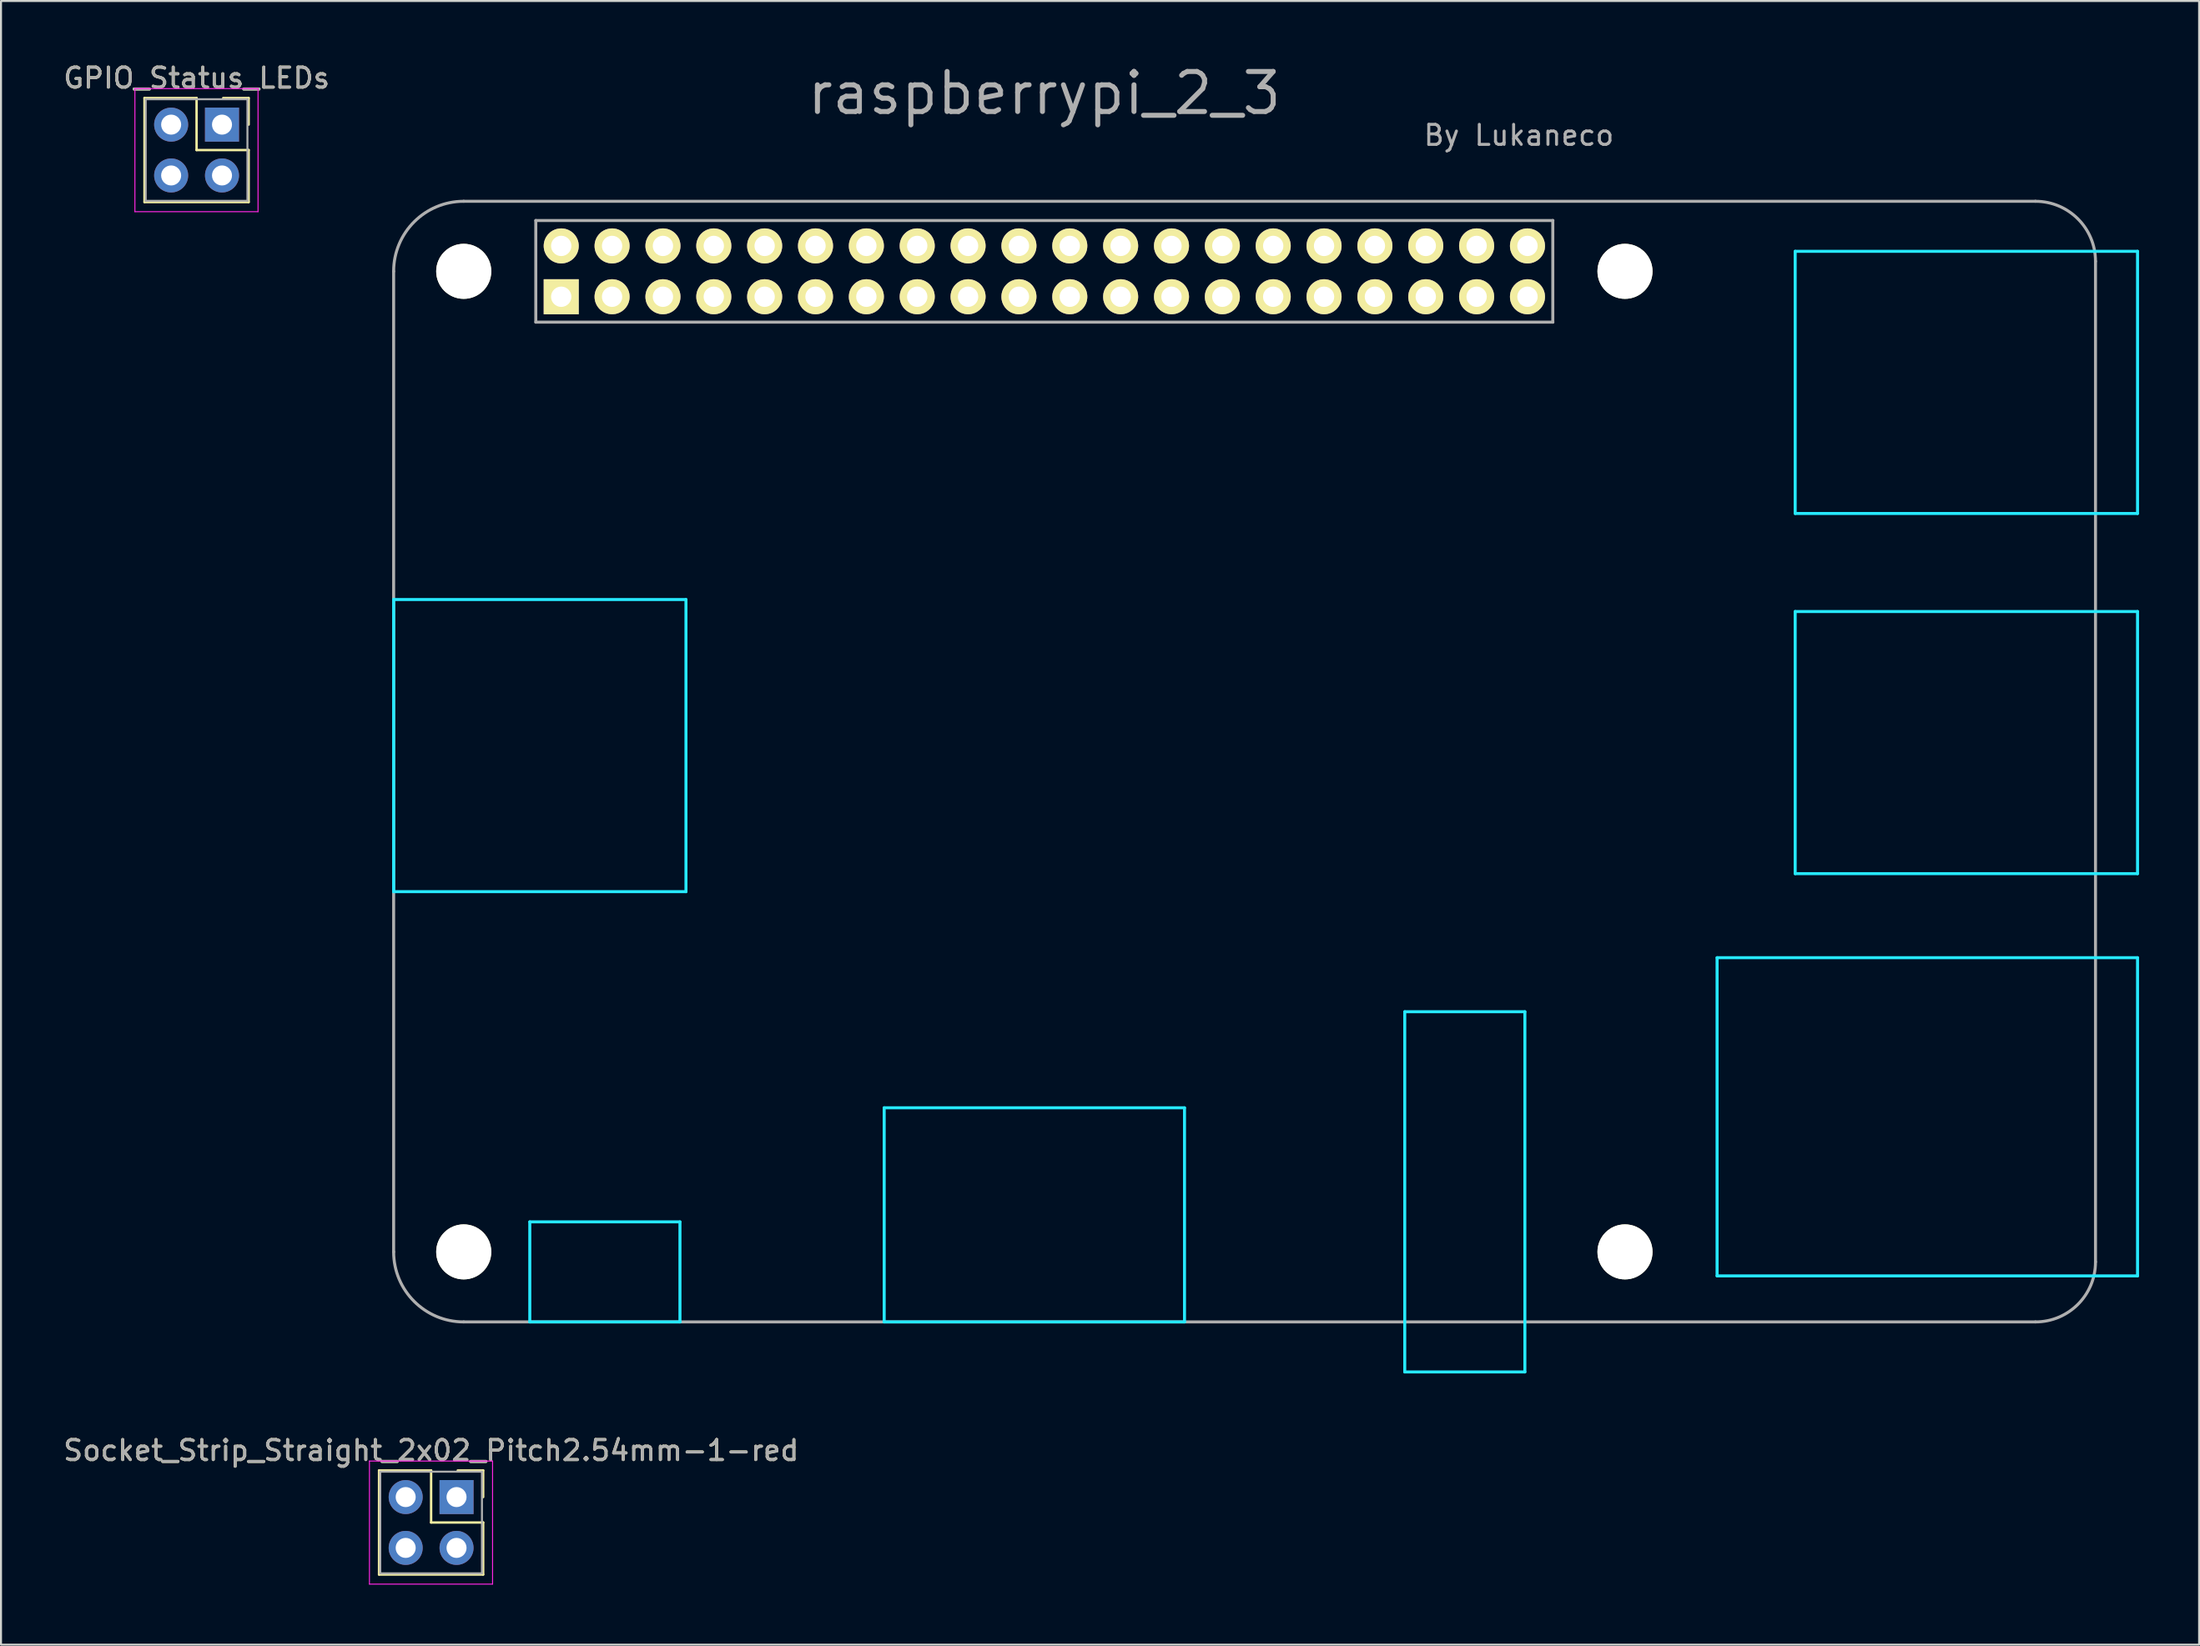
<source format=kicad_pcb>
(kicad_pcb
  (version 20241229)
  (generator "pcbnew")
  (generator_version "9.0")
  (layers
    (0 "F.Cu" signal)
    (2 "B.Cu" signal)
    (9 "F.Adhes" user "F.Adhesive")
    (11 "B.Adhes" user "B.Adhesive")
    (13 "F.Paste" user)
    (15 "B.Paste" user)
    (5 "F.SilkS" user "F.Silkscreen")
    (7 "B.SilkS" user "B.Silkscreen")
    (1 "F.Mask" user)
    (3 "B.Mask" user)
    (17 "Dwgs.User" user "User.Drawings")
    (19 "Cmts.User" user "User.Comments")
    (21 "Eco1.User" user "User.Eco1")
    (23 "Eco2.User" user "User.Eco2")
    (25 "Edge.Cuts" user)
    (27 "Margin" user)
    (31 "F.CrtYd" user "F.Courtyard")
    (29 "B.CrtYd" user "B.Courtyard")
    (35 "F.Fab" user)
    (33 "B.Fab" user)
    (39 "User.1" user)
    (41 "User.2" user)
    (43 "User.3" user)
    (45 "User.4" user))
  (footprint "raspberrypi_2_3"
    (layer "F.Cu")
    (at 49.111 10.509)
    (property "Reference" "raspberrypi_2_3" (at 0 -8.9 0) (layer "F.Fab") (effects (font (size 2 2) (thickness 0.25))))
    (attr through_hole)
    (fp_line (start -32.5 16.4) (end -32.5 31) (stroke (width 0.15) (type solid)) (layer "B.CrtYd"))
    (fp_line (start -25.7 52.5) (end -25.7 47.5) (stroke (width 0.15) (type solid)) (layer "B.CrtYd"))
    (fp_line (start -18.2 47.5) (end -25.7 47.5) (stroke (width 0.15) (type solid)) (layer "B.CrtYd"))
    (fp_line (start -18.2 52.5) (end -25.7 52.5) (stroke (width 0.15) (type solid)) (layer "B.CrtYd"))
    (fp_line (start -18.2 52.5) (end -18.2 47.5) (stroke (width 0.15) (type solid)) (layer "B.CrtYd"))
    (fp_line (start -17.9 16.4) (end -32.5 16.4) (stroke (width 0.15) (type solid)) (layer "B.CrtYd"))
    (fp_line (start -17.9 16.4) (end -17.9 31) (stroke (width 0.15) (type solid)) (layer "B.CrtYd"))
    (fp_line (start -17.9 31) (end -32.5 31) (stroke (width 0.15) (type solid)) (layer "B.CrtYd"))
    (fp_line (start -8 41.8) (end -8 52.5) (stroke (width 0.15) (type solid)) (layer "B.CrtYd"))
    (fp_line (start -8 41.8) (end 7 41.8) (stroke (width 0.15) (type solid)) (layer "B.CrtYd"))
    (fp_line (start 7 52.5) (end -8 52.5) (stroke (width 0.15) (type solid)) (layer "B.CrtYd"))
    (fp_line (start 7 52.5) (end 7 41.8) (stroke (width 0.15) (type solid)) (layer "B.CrtYd"))
    (fp_line (start 18 37) (end 18 55) (stroke (width 0.15) (type solid)) (layer "B.CrtYd"))
    (fp_line (start 18 55) (end 24 55) (stroke (width 0.15) (type solid)) (layer "B.CrtYd"))
    (fp_line (start 24 37) (end 18 37) (stroke (width 0.15) (type solid)) (layer "B.CrtYd"))
    (fp_line (start 24 55) (end 24 37) (stroke (width 0.15) (type solid)) (layer "B.CrtYd"))
    (fp_line (start 33.6 34.3) (end 54.6 34.3) (stroke (width 0.15) (type solid)) (layer "B.CrtYd"))
    (fp_line (start 33.6 50.2) (end 33.6 34.3) (stroke (width 0.15) (type solid)) (layer "B.CrtYd"))
    (fp_line (start 37.5 -1) (end 37.5 12.1) (stroke (width 0.15) (type solid)) (layer "B.CrtYd"))
    (fp_line (start 37.5 -1) (end 54.6 -1) (stroke (width 0.15) (type solid)) (layer "B.CrtYd"))
    (fp_line (start 37.5 17) (end 54.6 17) (stroke (width 0.15) (type solid)) (layer "B.CrtYd"))
    (fp_line (start 37.5 30.1) (end 37.5 17) (stroke (width 0.15) (type solid)) (layer "B.CrtYd"))
    (fp_line (start 54.6 12.1) (end 37.5 12.1) (stroke (width 0.15) (type solid)) (layer "B.CrtYd"))
    (fp_line (start 54.6 12.1) (end 54.6 -1) (stroke (width 0.15) (type solid)) (layer "B.CrtYd"))
    (fp_line (start 54.6 30.1) (end 37.5 30.1) (stroke (width 0.15) (type solid)) (layer "B.CrtYd"))
    (fp_line (start 54.6 30.1) (end 54.6 17) (stroke (width 0.15) (type solid)) (layer "B.CrtYd"))
    (fp_line (start 54.6 50.2) (end 33.6 50.2) (stroke (width 0.15) (type solid)) (layer "B.CrtYd"))
    (fp_line (start 54.6 50.2) (end 54.6 34.3) (stroke (width 0.15) (type solid)) (layer "B.CrtYd"))
    (fp_line (start -32.5 49) (end -32.5 0) (stroke (width 0.15) (type solid)) (layer "F.Fab"))
    (fp_line (start -29 52.5) (end 49.5 52.5) (stroke (width 0.15) (type solid)) (layer "F.Fab"))
    (fp_line (start -25.4 -2.54) (end -25.4 2.54) (stroke (width 0.15) (type solid)) (layer "F.Fab"))
    (fp_line (start -25.4 -2.54) (end 25.4 -2.54) (stroke (width 0.15) (type solid)) (layer "F.Fab"))
    (fp_line (start 25.395 2.54) (end 25.395 -2.54) (stroke (width 0.15) (type solid)) (layer "F.Fab"))
    (fp_line (start 25.4 2.54) (end -25.4 2.54) (stroke (width 0.15) (type solid)) (layer "F.Fab"))
    (fp_line (start 49.5 -3.5) (end -29 -3.5) (stroke (width 0.15) (type solid)) (layer "F.Fab"))
    (fp_line (start 52.5 49.5) (end 52.5 -0.5) (stroke (width 0.15) (type solid)) (layer "F.Fab"))
    (fp_arc (start -32.5 0) (mid -31.474874 -2.474874) (end -29 -3.5) (stroke (width 0.15) (type solid)) (layer "F.Fab"))
    (fp_arc (start -29 52.5) (mid -31.474874 51.474874) (end -32.5 49) (stroke (width 0.15) (type solid)) (layer "F.Fab"))
    (fp_arc (start 49.5 -3.5) (mid 51.62132 -2.62132) (end 52.5 -0.5) (stroke (width 0.15) (type solid)) (layer "F.Fab"))
    (fp_arc (start 52.5 49.5) (mid 51.62132 51.62132) (end 49.5 52.5) (stroke (width 0.15) (type solid)) (layer "F.Fab"))
    (fp_text user "By Lukaneco" (at 23.7 -6.8 0) (layer "F.Fab") (effects (font (size 1 1) (thickness 0.15))))
    (pad "" np_thru_hole circle (at -29 0) (size 2.75 2.75) (drill 2.75) (layers "*.Cu" "*.Mask" "F.SilkS"))
    (pad "" np_thru_hole circle (at -29 49) (size 2.75 2.75) (drill 2.75) (layers "*.Cu" "*.Mask" "F.SilkS"))
    (pad "" np_thru_hole circle (at 29 0) (size 2.75 2.75) (drill 2.75) (layers "*.Cu" "*.Mask" "F.SilkS"))
    (pad "" np_thru_hole circle (at 29 49) (size 2.75 2.75) (drill 2.75) (layers "*.Cu" "*.Mask" "F.SilkS"))
    (pad "1" thru_hole rect (at -24.13 1.27) (size 1.75 1.75) (drill 1.016) (layers "*.Cu" "*.Mask" "F.SilkS"))
    (pad "2" thru_hole circle (at -24.13 -1.27) (size 1.75 1.75) (drill 1.016) (layers "*.Cu" "*.Mask" "F.SilkS"))
    (pad "3" thru_hole circle (at -21.59 1.27) (size 1.75 1.75) (drill 1.016) (layers "*.Cu" "*.Mask" "F.SilkS"))
    (pad "4" thru_hole circle (at -21.59 -1.27) (size 1.75 1.75) (drill 1.016) (layers "*.Cu" "*.Mask" "F.SilkS"))
    (pad "5" thru_hole circle (at -19.05 1.27) (size 1.75 1.75) (drill 1.016) (layers "*.Cu" "*.Mask" "F.SilkS"))
    (pad "6" thru_hole circle (at -19.05 -1.27) (size 1.75 1.75) (drill 1.016) (layers "*.Cu" "*.Mask" "F.SilkS"))
    (pad "7" thru_hole circle (at -16.51 1.27) (size 1.75 1.75) (drill 1.016) (layers "*.Cu" "*.Mask" "F.SilkS"))
    (pad "8" thru_hole circle (at -16.51 -1.27) (size 1.75 1.75) (drill 1.016) (layers "*.Cu" "*.Mask" "F.SilkS"))
    (pad "9" thru_hole circle (at -13.97 1.27) (size 1.75 1.75) (drill 1.016) (layers "*.Cu" "*.Mask" "F.SilkS"))
    (pad "10" thru_hole circle (at -13.97 -1.27) (size 1.75 1.75) (drill 1.016) (layers "*.Cu" "*.Mask" "F.SilkS"))
    (pad "11" thru_hole circle (at -11.43 1.27) (size 1.75 1.75) (drill 1.016) (layers "*.Cu" "*.Mask" "F.SilkS"))
    (pad "12" thru_hole circle (at -11.43 -1.27) (size 1.75 1.75) (drill 1.016) (layers "*.Cu" "*.Mask" "F.SilkS"))
    (pad "13" thru_hole circle (at -8.89 1.27) (size 1.75 1.75) (drill 1.016) (layers "*.Cu" "*.Mask" "F.SilkS"))
    (pad "14" thru_hole circle (at -8.89 -1.27) (size 1.75 1.75) (drill 1.016) (layers "*.Cu" "*.Mask" "F.SilkS"))
    (pad "15" thru_hole circle (at -6.35 1.27) (size 1.75 1.75) (drill 1.016) (layers "*.Cu" "*.Mask" "F.SilkS"))
    (pad "16" thru_hole circle (at -6.35 -1.27) (size 1.75 1.75) (drill 1.016) (layers "*.Cu" "*.Mask" "F.SilkS"))
    (pad "17" thru_hole circle (at -3.81 1.27) (size 1.75 1.75) (drill 1.016) (layers "*.Cu" "*.Mask" "F.SilkS"))
    (pad "18" thru_hole circle (at -3.81 -1.27) (size 1.75 1.75) (drill 1.016) (layers "*.Cu" "*.Mask" "F.SilkS"))
    (pad "19" thru_hole circle (at -1.27 1.27) (size 1.75 1.75) (drill 1.016) (layers "*.Cu" "*.Mask" "F.SilkS"))
    (pad "20" thru_hole circle (at -1.27 -1.27) (size 1.75 1.75) (drill 1.016) (layers "*.Cu" "*.Mask" "F.SilkS"))
    (pad "21" thru_hole circle (at 1.27 1.27) (size 1.75 1.75) (drill 1.016) (layers "*.Cu" "*.Mask" "F.SilkS"))
    (pad "22" thru_hole circle (at 1.27 -1.27) (size 1.75 1.75) (drill 1.016) (layers "*.Cu" "*.Mask" "F.SilkS"))
    (pad "23" thru_hole circle (at 3.81 1.27) (size 1.75 1.75) (drill 1.016) (layers "*.Cu" "*.Mask" "F.SilkS"))
    (pad "24" thru_hole circle (at 3.81 -1.27) (size 1.75 1.75) (drill 1.016) (layers "*.Cu" "*.Mask" "F.SilkS"))
    (pad "25" thru_hole circle (at 6.35 1.27) (size 1.75 1.75) (drill 1.016) (layers "*.Cu" "*.Mask" "F.SilkS"))
    (pad "26" thru_hole circle (at 6.35 -1.27) (size 1.75 1.75) (drill 1.016) (layers "*.Cu" "*.Mask" "F.SilkS"))
    (pad "27" thru_hole circle (at 8.89 1.27) (size 1.75 1.75) (drill 1.016) (layers "*.Cu" "*.Mask" "F.SilkS"))
    (pad "28" thru_hole circle (at 8.89 -1.27) (size 1.75 1.75) (drill 1.016) (layers "*.Cu" "*.Mask" "F.SilkS"))
    (pad "29" thru_hole circle (at 11.43 1.27) (size 1.75 1.75) (drill 1.016) (layers "*.Cu" "*.Mask" "F.SilkS"))
    (pad "30" thru_hole circle (at 11.43 -1.27) (size 1.75 1.75) (drill 1.016) (layers "*.Cu" "*.Mask" "F.SilkS"))
    (pad "31" thru_hole circle (at 13.97 1.27) (size 1.75 1.75) (drill 1.016) (layers "*.Cu" "*.Mask" "F.SilkS"))
    (pad "32" thru_hole circle (at 13.97 -1.27) (size 1.75 1.75) (drill 1.016) (layers "*.Cu" "*.Mask" "F.SilkS"))
    (pad "33" thru_hole circle (at 16.51 1.27) (size 1.75 1.75) (drill 1.016) (layers "*.Cu" "*.Mask" "F.SilkS"))
    (pad "34" thru_hole circle (at 16.51 -1.27) (size 1.75 1.75) (drill 1.016) (layers "*.Cu" "*.Mask" "F.SilkS"))
    (pad "35" thru_hole circle (at 19.05 1.27) (size 1.75 1.75) (drill 1.016) (layers "*.Cu" "*.Mask" "F.SilkS"))
    (pad "36" thru_hole circle (at 19.05 -1.27) (size 1.75 1.75) (drill 1.016) (layers "*.Cu" "*.Mask" "F.SilkS"))
    (pad "37" thru_hole circle (at 21.59 1.27) (size 1.75 1.75) (drill 1.016) (layers "*.Cu" "*.Mask" "F.SilkS"))
    (pad "38" thru_hole circle (at 21.59 -1.27) (size 1.75 1.75) (drill 1.016) (layers "*.Cu" "*.Mask" "F.SilkS"))
    (pad "39" thru_hole circle (at 24.13 1.27) (size 1.75 1.75) (drill 1.016) (layers "*.Cu" "*.Mask" "F.SilkS"))
    (pad "40" thru_hole circle (at 24.13 -1.27) (size 1.75 1.75) (drill 1.016) (layers "*.Cu" "*.Mask" "F.SilkS")))
  (footprint "Socket_Strip_Straight_2x02_Pitch2.54mm-1-red"
    (layer "F.Cu")
    (at 19.752 71.762)
    (property "Reference" "Socket_Strip_Straight_2x02_Pitch2.54mm-1-red" (at -1.27 -2.33 0) (layer "F.SilkS") (effects (font (size 1 1) (thickness 0.15))))
    (attr through_hole)
    (fp_line (start -3.87 -1.33) (end -1.27 -1.33) (stroke (width 0.12) (type solid)) (layer "F.SilkS"))
    (fp_line (start -3.87 3.87) (end -3.87 -1.33) (stroke (width 0.12) (type solid)) (layer "F.SilkS"))
    (fp_line (start -1.27 -1.33) (end -1.27 1.27) (stroke (width 0.12) (type solid)) (layer "F.SilkS"))
    (fp_line (start -1.27 1.27) (end 1.33 1.27) (stroke (width 0.12) (type solid)) (layer "F.SilkS"))
    (fp_line (start 1.33 -1.33) (end 0.06 -1.33) (stroke (width 0.12) (type solid)) (layer "F.SilkS"))
    (fp_line (start 1.33 0) (end 1.33 -1.33) (stroke (width 0.12) (type solid)) (layer "F.SilkS"))
    (fp_line (start 1.33 1.27) (end 1.33 3.87) (stroke (width 0.12) (type solid)) (layer "F.SilkS"))
    (fp_line (start 1.33 3.87) (end -3.87 3.87) (stroke (width 0.12) (type solid)) (layer "F.SilkS"))
    (fp_line (start -4.35 -1.8) (end -4.35 4.35) (stroke (width 0.05) (type solid)) (layer "F.CrtYd"))
    (fp_line (start -4.35 4.35) (end 1.8 4.35) (stroke (width 0.05) (type solid)) (layer "F.CrtYd"))
    (fp_line (start 1.8 -1.8) (end -4.35 -1.8) (stroke (width 0.05) (type solid)) (layer "F.CrtYd"))
    (fp_line (start 1.8 4.35) (end 1.8 -1.8) (stroke (width 0.05) (type solid)) (layer "F.CrtYd"))
    (fp_line (start -3.81 -1.27) (end -3.81 3.81) (stroke (width 0.1) (type solid)) (layer "F.Fab"))
    (fp_line (start -3.81 3.81) (end 1.27 3.81) (stroke (width 0.1) (type solid)) (layer "F.Fab"))
    (fp_line (start 1.27 -1.27) (end -3.81 -1.27) (stroke (width 0.1) (type solid)) (layer "F.Fab"))
    (fp_line (start 1.27 3.81) (end 1.27 -1.27) (stroke (width 0.1) (type solid)) (layer "F.Fab"))
    (fp_text user "${REFERENCE}" (at -1.27 -2.33 0) (layer "F.Fab") (effects (font (size 1 1) (thickness 0.15))))
    (pad "1" thru_hole rect (at 0 0) (size 1.7 1.7) (drill 1) (layers "*.Cu" "*.Mask"))
    (pad "2" thru_hole oval (at -2.54 0) (size 1.7 1.7) (drill 1) (layers "*.Cu" "*.Mask"))
    (pad "3" thru_hole oval (at 0 2.54) (size 1.7 1.7) (drill 1) (layers "*.Cu" "*.Mask"))
    (pad "4" thru_hole oval (at -2.54 2.54) (size 1.7 1.7) (drill 1) (layers "*.Cu" "*.Mask")))
  (footprint "GPIO_Status_LEDs"
    (layer "F.Cu")
    (at 8.038 3.178)
    (property "Reference" "GPIO_Status_LEDs" (at -1.27 -2.33 0) (layer "F.SilkS") (effects (font (size 1 1) (thickness 0.15))))
    (attr through_hole)
    (fp_line (start -3.87 -1.33) (end -1.27 -1.33) (stroke (width 0.12) (type solid)) (layer "F.SilkS"))
    (fp_line (start -3.87 3.87) (end -3.87 -1.33) (stroke (width 0.12) (type solid)) (layer "F.SilkS"))
    (fp_line (start -1.27 -1.33) (end -1.27 1.27) (stroke (width 0.12) (type solid)) (layer "F.SilkS"))
    (fp_line (start -1.27 1.27) (end 1.33 1.27) (stroke (width 0.12) (type solid)) (layer "F.SilkS"))
    (fp_line (start 1.33 -1.33) (end 0.06 -1.33) (stroke (width 0.12) (type solid)) (layer "F.SilkS"))
    (fp_line (start 1.33 0) (end 1.33 -1.33) (stroke (width 0.12) (type solid)) (layer "F.SilkS"))
    (fp_line (start 1.33 1.27) (end 1.33 3.87) (stroke (width 0.12) (type solid)) (layer "F.SilkS"))
    (fp_line (start 1.33 3.87) (end -3.87 3.87) (stroke (width 0.12) (type solid)) (layer "F.SilkS"))
    (fp_line (start -4.35 -1.8) (end -4.35 4.35) (stroke (width 0.05) (type solid)) (layer "F.CrtYd"))
    (fp_line (start -4.35 4.35) (end 1.8 4.35) (stroke (width 0.05) (type solid)) (layer "F.CrtYd"))
    (fp_line (start 1.8 -1.8) (end -4.35 -1.8) (stroke (width 0.05) (type solid)) (layer "F.CrtYd"))
    (fp_line (start 1.8 4.35) (end 1.8 -1.8) (stroke (width 0.05) (type solid)) (layer "F.CrtYd"))
    (fp_line (start -3.81 -1.27) (end -3.81 3.81) (stroke (width 0.1) (type solid)) (layer "F.Fab"))
    (fp_line (start -3.81 3.81) (end 1.27 3.81) (stroke (width 0.1) (type solid)) (layer "F.Fab"))
    (fp_line (start 1.27 -1.27) (end -3.81 -1.27) (stroke (width 0.1) (type solid)) (layer "F.Fab"))
    (fp_line (start 1.27 3.81) (end 1.27 -1.27) (stroke (width 0.1) (type solid)) (layer "F.Fab"))
    (fp_text user "${REFERENCE}" (at -1.27 -2.33 0) (layer "F.Fab") (effects (font (size 1 1) (thickness 0.15))))
    (pad "1" thru_hole rect (at 0 0) (size 1.7 1.7) (drill 1) (layers "*.Cu" "*.Mask"))
    (pad "2" thru_hole oval (at -2.54 0) (size 1.7 1.7) (drill 1) (layers "*.Cu" "*.Mask"))
    (pad "3" thru_hole oval (at 0 2.54) (size 1.7 1.7) (drill 1) (layers "*.Cu" "*.Mask"))
    (pad "4" thru_hole oval (at -2.54 2.54) (size 1.7 1.7) (drill 1) (layers "*.Cu" "*.Mask")))
  (gr_rect
    (start -3 -3)
    (end 106.786 79.137)
    (stroke (width 0.1) (type default))
    (fill no)
    (layer "Edge.Cuts")))
</source>
